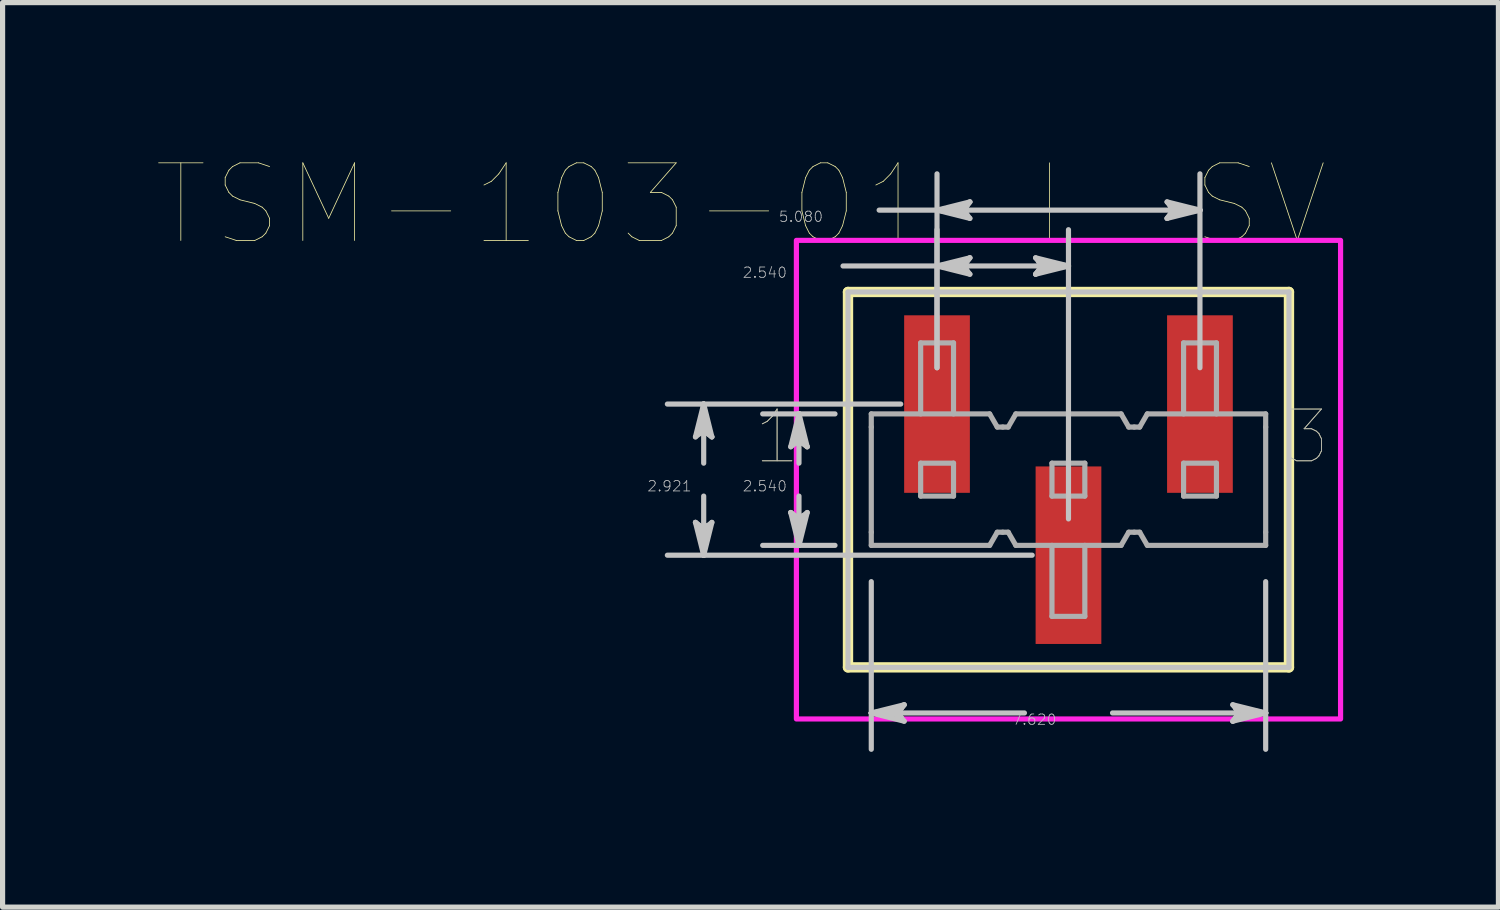
<source format=kicad_pcb>
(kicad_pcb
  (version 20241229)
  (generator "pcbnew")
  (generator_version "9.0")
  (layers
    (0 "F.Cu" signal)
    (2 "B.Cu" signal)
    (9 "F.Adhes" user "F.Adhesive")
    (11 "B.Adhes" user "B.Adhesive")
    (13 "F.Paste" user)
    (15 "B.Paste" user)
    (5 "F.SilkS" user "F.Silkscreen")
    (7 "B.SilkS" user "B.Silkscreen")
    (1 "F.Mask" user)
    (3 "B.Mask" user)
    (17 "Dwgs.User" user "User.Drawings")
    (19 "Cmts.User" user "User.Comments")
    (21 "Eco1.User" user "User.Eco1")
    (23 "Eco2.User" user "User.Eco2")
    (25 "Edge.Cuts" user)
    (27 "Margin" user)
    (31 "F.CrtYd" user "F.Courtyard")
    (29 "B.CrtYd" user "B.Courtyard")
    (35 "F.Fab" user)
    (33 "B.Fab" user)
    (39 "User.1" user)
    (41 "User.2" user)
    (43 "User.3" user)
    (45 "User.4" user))
  (footprint "TSM-103-01-L-SV"
    (layer "F.Cu")
    (at 17.594 6.217)
    (property "Reference" "TSM-103-01-L-SV" (at -6.329 -5.314 0) (layer "F.SilkS") (effects (font (size 1.5 1.5) (thickness 0.015))))
    (attr through_hole)
    (fp_poly (pts (xy -3.226 -3.226) (xy -1.854 -3.226) (xy -1.854 0.306) (xy -3.226 0.306)) (stroke (width 0.01) (type solid)) (fill yes) (layer "F.Mask"))
    (fp_poly (pts (xy -0.686 -0.306) (xy 0.686 -0.306) (xy 0.686 3.226) (xy -0.686 3.226)) (stroke (width 0.01) (type solid)) (fill yes) (layer "F.Mask"))
    (fp_poly (pts (xy 1.854 -3.226) (xy 3.226 -3.226) (xy 3.226 0.306) (xy 1.854 0.306)) (stroke (width 0.01) (type solid)) (fill yes) (layer "F.Mask"))
    (fp_line (start -4.26 -3.626) (end -4.26 3.627) (stroke (width 0.2) (type solid)) (layer "F.SilkS"))
    (fp_line (start -4.26 3.627) (end 4.26 3.627) (stroke (width 0.2) (type solid)) (layer "F.SilkS"))
    (fp_line (start 4.26 -3.626) (end -4.26 -3.626) (stroke (width 0.2) (type solid)) (layer "F.SilkS"))
    (fp_line (start 4.26 3.627) (end 4.26 -3.626) (stroke (width 0.2) (type solid)) (layer "F.SilkS"))
    (fp_poly (pts (xy -3.175 -3.175) (xy -1.905 -3.175) (xy -1.905 0.255) (xy -3.175 0.255)) (stroke (width 0.01) (type solid)) (fill yes) (layer "F.Paste"))
    (fp_poly (pts (xy -0.635 -0.255) (xy 0.635 -0.255) (xy 0.635 3.175) (xy -0.635 3.175)) (stroke (width 0.01) (type solid)) (fill yes) (layer "F.Paste"))
    (fp_poly (pts (xy 1.905 -3.175) (xy 3.175 -3.175) (xy 3.175 0.255) (xy 1.905 0.255)) (stroke (width 0.01) (type solid)) (fill yes) (layer "F.Paste"))
    (fp_line (start -7.207 -0.826) (end -7.048 -0.952) (stroke (width 0.1) (type solid)) (layer "Dwgs.User"))
    (fp_line (start -7.207 0.826) (end -7.048 1.46) (stroke (width 0.1) (type solid)) (layer "Dwgs.User"))
    (fp_line (start -7.128 -0.889) (end -7.048 -0.952) (stroke (width 0.1) (type solid)) (layer "Dwgs.User"))
    (fp_line (start -7.128 0.889) (end -7.207 0.826) (stroke (width 0.1) (type solid)) (layer "Dwgs.User"))
    (fp_line (start -7.048 -1.46) (end -7.207 -0.826) (stroke (width 0.1) (type solid)) (layer "Dwgs.User"))
    (fp_line (start -7.048 -1.46) (end -7.128 -0.889) (stroke (width 0.1) (type solid)) (layer "Dwgs.User"))
    (fp_line (start -7.048 -1.46) (end -6.969 -0.889) (stroke (width 0.1) (type solid)) (layer "Dwgs.User"))
    (fp_line (start -7.048 -0.952) (end -7.048 -1.46) (stroke (width 0.1) (type solid)) (layer "Dwgs.User"))
    (fp_line (start -7.048 -0.952) (end -6.89 -0.826) (stroke (width 0.1) (type solid)) (layer "Dwgs.User"))
    (fp_line (start -7.048 -0.318) (end -7.048 -1.46) (stroke (width 0.1) (type solid)) (layer "Dwgs.User"))
    (fp_line (start -7.048 0.318) (end -7.048 1.46) (stroke (width 0.1) (type solid)) (layer "Dwgs.User"))
    (fp_line (start -7.048 0.952) (end -7.207 0.826) (stroke (width 0.1) (type solid)) (layer "Dwgs.User"))
    (fp_line (start -7.048 0.952) (end -7.048 1.46) (stroke (width 0.1) (type solid)) (layer "Dwgs.User"))
    (fp_line (start -7.048 1.46) (end -7.128 0.889) (stroke (width 0.1) (type solid)) (layer "Dwgs.User"))
    (fp_line (start -7.048 1.46) (end -6.969 0.889) (stroke (width 0.1) (type solid)) (layer "Dwgs.User"))
    (fp_line (start -7.048 1.46) (end -6.89 0.826) (stroke (width 0.1) (type solid)) (layer "Dwgs.User"))
    (fp_line (start -6.969 -0.889) (end -6.89 -0.826) (stroke (width 0.1) (type solid)) (layer "Dwgs.User"))
    (fp_line (start -6.969 0.889) (end -7.048 0.952) (stroke (width 0.1) (type solid)) (layer "Dwgs.User"))
    (fp_line (start -6.89 -0.826) (end -7.048 -1.46) (stroke (width 0.1) (type solid)) (layer "Dwgs.User"))
    (fp_line (start -6.89 0.826) (end -7.048 0.952) (stroke (width 0.1) (type solid)) (layer "Dwgs.User"))
    (fp_line (start -5.366 -0.635) (end -5.207 -0.762) (stroke (width 0.1) (type solid)) (layer "Dwgs.User"))
    (fp_line (start -5.366 0.635) (end -5.207 1.27) (stroke (width 0.1) (type solid)) (layer "Dwgs.User"))
    (fp_line (start -5.286 -0.698) (end -5.207 -0.762) (stroke (width 0.1) (type solid)) (layer "Dwgs.User"))
    (fp_line (start -5.286 0.698) (end -5.366 0.635) (stroke (width 0.1) (type solid)) (layer "Dwgs.User"))
    (fp_line (start -5.207 -1.27) (end -5.366 -0.635) (stroke (width 0.1) (type solid)) (layer "Dwgs.User"))
    (fp_line (start -5.207 -1.27) (end -5.286 -0.698) (stroke (width 0.1) (type solid)) (layer "Dwgs.User"))
    (fp_line (start -5.207 -1.27) (end -5.128 -0.698) (stroke (width 0.1) (type solid)) (layer "Dwgs.User"))
    (fp_line (start -5.207 -0.762) (end -5.207 -1.27) (stroke (width 0.1) (type solid)) (layer "Dwgs.User"))
    (fp_line (start -5.207 -0.762) (end -5.048 -0.635) (stroke (width 0.1) (type solid)) (layer "Dwgs.User"))
    (fp_line (start -5.207 -0.318) (end -5.207 -1.27) (stroke (width 0.1) (type solid)) (layer "Dwgs.User"))
    (fp_line (start -5.207 0.318) (end -5.207 1.27) (stroke (width 0.1) (type solid)) (layer "Dwgs.User"))
    (fp_line (start -5.207 0.762) (end -5.366 0.635) (stroke (width 0.1) (type solid)) (layer "Dwgs.User"))
    (fp_line (start -5.207 0.762) (end -5.207 1.27) (stroke (width 0.1) (type solid)) (layer "Dwgs.User"))
    (fp_line (start -5.207 1.27) (end -5.286 0.698) (stroke (width 0.1) (type solid)) (layer "Dwgs.User"))
    (fp_line (start -5.207 1.27) (end -5.128 0.698) (stroke (width 0.1) (type solid)) (layer "Dwgs.User"))
    (fp_line (start -5.207 1.27) (end -5.048 0.635) (stroke (width 0.1) (type solid)) (layer "Dwgs.User"))
    (fp_line (start -5.128 -0.698) (end -5.048 -0.635) (stroke (width 0.1) (type solid)) (layer "Dwgs.User"))
    (fp_line (start -5.128 0.698) (end -5.207 0.762) (stroke (width 0.1) (type solid)) (layer "Dwgs.User"))
    (fp_line (start -5.048 -0.635) (end -5.207 -1.27) (stroke (width 0.1) (type solid)) (layer "Dwgs.User"))
    (fp_line (start -5.048 0.635) (end -5.207 0.762) (stroke (width 0.1) (type solid)) (layer "Dwgs.User"))
    (fp_line (start -4.511 -1.27) (end -5.908 -1.27) (stroke (width 0.1) (type solid)) (layer "Dwgs.User"))
    (fp_line (start -4.511 1.27) (end -5.908 1.27) (stroke (width 0.1) (type solid)) (layer "Dwgs.User"))
    (fp_line (start -4.356 -4.128) (end -2.54 -4.128) (stroke (width 0.1) (type solid)) (layer "Dwgs.User"))
    (fp_line (start -4.26 -3.626) (end -4.26 3.627) (stroke (width 0.1) (type solid)) (layer "Dwgs.User"))
    (fp_line (start -4.26 3.627) (end 4.26 3.627) (stroke (width 0.1) (type solid)) (layer "Dwgs.User"))
    (fp_line (start -3.81 1.971) (end -3.81 5.21) (stroke (width 0.1) (type solid)) (layer "Dwgs.User"))
    (fp_line (start -3.81 4.508) (end -3.238 4.429) (stroke (width 0.1) (type solid)) (layer "Dwgs.User"))
    (fp_line (start -3.81 4.508) (end -3.238 4.588) (stroke (width 0.1) (type solid)) (layer "Dwgs.User"))
    (fp_line (start -3.81 4.508) (end -3.175 4.667) (stroke (width 0.1) (type solid)) (layer "Dwgs.User"))
    (fp_line (start -3.658 -5.207) (end -2.54 -5.207) (stroke (width 0.1) (type solid)) (layer "Dwgs.User"))
    (fp_line (start -3.302 4.508) (end -3.81 4.508) (stroke (width 0.1) (type solid)) (layer "Dwgs.User"))
    (fp_line (start -3.302 4.508) (end -3.175 4.35) (stroke (width 0.1) (type solid)) (layer "Dwgs.User"))
    (fp_line (start -3.241 -1.46) (end -7.75 -1.46) (stroke (width 0.1) (type solid)) (layer "Dwgs.User"))
    (fp_line (start -3.238 4.429) (end -3.175 4.35) (stroke (width 0.1) (type solid)) (layer "Dwgs.User"))
    (fp_line (start -3.238 4.588) (end -3.302 4.508) (stroke (width 0.1) (type solid)) (layer "Dwgs.User"))
    (fp_line (start -3.175 4.35) (end -3.81 4.508) (stroke (width 0.1) (type solid)) (layer "Dwgs.User"))
    (fp_line (start -3.175 4.667) (end -3.302 4.508) (stroke (width 0.1) (type solid)) (layer "Dwgs.User"))
    (fp_line (start -2.54 -5.207) (end -1.968 -5.286) (stroke (width 0.1) (type solid)) (layer "Dwgs.User"))
    (fp_line (start -2.54 -5.207) (end -1.968 -5.128) (stroke (width 0.1) (type solid)) (layer "Dwgs.User"))
    (fp_line (start -2.54 -5.207) (end -1.905 -5.048) (stroke (width 0.1) (type solid)) (layer "Dwgs.User"))
    (fp_line (start -2.54 -5.207) (end 2.54 -5.207) (stroke (width 0.1) (type solid)) (layer "Dwgs.User"))
    (fp_line (start -2.54 -4.128) (end -1.968 -4.207) (stroke (width 0.1) (type solid)) (layer "Dwgs.User"))
    (fp_line (start -2.54 -4.128) (end -1.968 -4.048) (stroke (width 0.1) (type solid)) (layer "Dwgs.User"))
    (fp_line (start -2.54 -4.128) (end -1.905 -3.969) (stroke (width 0.1) (type solid)) (layer "Dwgs.User"))
    (fp_line (start -2.54 -4.128) (end 0 -4.128) (stroke (width 0.1) (type solid)) (layer "Dwgs.User"))
    (fp_line (start -2.54 -2.162) (end -2.54 -5.908) (stroke (width 0.1) (type solid)) (layer "Dwgs.User"))
    (fp_line (start -2.54 -2.162) (end -2.54 -4.829) (stroke (width 0.1) (type solid)) (layer "Dwgs.User"))
    (fp_line (start -2.032 -5.207) (end -2.54 -5.207) (stroke (width 0.1) (type solid)) (layer "Dwgs.User"))
    (fp_line (start -2.032 -5.207) (end -1.905 -5.366) (stroke (width 0.1) (type solid)) (layer "Dwgs.User"))
    (fp_line (start -2.032 -4.128) (end -2.54 -4.128) (stroke (width 0.1) (type solid)) (layer "Dwgs.User"))
    (fp_line (start -2.032 -4.128) (end -1.905 -4.286) (stroke (width 0.1) (type solid)) (layer "Dwgs.User"))
    (fp_line (start -1.968 -5.286) (end -1.905 -5.366) (stroke (width 0.1) (type solid)) (layer "Dwgs.User"))
    (fp_line (start -1.968 -5.128) (end -2.032 -5.207) (stroke (width 0.1) (type solid)) (layer "Dwgs.User"))
    (fp_line (start -1.968 -4.207) (end -1.905 -4.286) (stroke (width 0.1) (type solid)) (layer "Dwgs.User"))
    (fp_line (start -1.968 -4.048) (end -2.032 -4.128) (stroke (width 0.1) (type solid)) (layer "Dwgs.User"))
    (fp_line (start -1.905 -5.366) (end -2.54 -5.207) (stroke (width 0.1) (type solid)) (layer "Dwgs.User"))
    (fp_line (start -1.905 -5.048) (end -2.032 -5.207) (stroke (width 0.1) (type solid)) (layer "Dwgs.User"))
    (fp_line (start -1.905 -4.286) (end -2.54 -4.128) (stroke (width 0.1) (type solid)) (layer "Dwgs.User"))
    (fp_line (start -1.905 -3.969) (end -2.032 -4.128) (stroke (width 0.1) (type solid)) (layer "Dwgs.User"))
    (fp_line (start -0.851 4.508) (end -3.81 4.508) (stroke (width 0.1) (type solid)) (layer "Dwgs.User"))
    (fp_line (start -0.701 1.46) (end -7.75 1.46) (stroke (width 0.1) (type solid)) (layer "Dwgs.User"))
    (fp_line (start -0.635 -4.286) (end -0.508 -4.128) (stroke (width 0.1) (type solid)) (layer "Dwgs.User"))
    (fp_line (start -0.635 -3.969) (end 0 -4.128) (stroke (width 0.1) (type solid)) (layer "Dwgs.User"))
    (fp_line (start -0.572 -4.207) (end -0.508 -4.128) (stroke (width 0.1) (type solid)) (layer "Dwgs.User"))
    (fp_line (start -0.572 -4.048) (end -0.635 -3.969) (stroke (width 0.1) (type solid)) (layer "Dwgs.User"))
    (fp_line (start -0.508 -4.128) (end -0.635 -3.969) (stroke (width 0.1) (type solid)) (layer "Dwgs.User"))
    (fp_line (start -0.508 -4.128) (end 0 -4.128) (stroke (width 0.1) (type solid)) (layer "Dwgs.User"))
    (fp_line (start 0 -4.128) (end -0.635 -4.286) (stroke (width 0.1) (type solid)) (layer "Dwgs.User"))
    (fp_line (start 0 -4.128) (end -0.572 -4.207) (stroke (width 0.1) (type solid)) (layer "Dwgs.User"))
    (fp_line (start 0 -4.128) (end -0.572 -4.048) (stroke (width 0.1) (type solid)) (layer "Dwgs.User"))
    (fp_line (start 0 0.759) (end 0 -4.829) (stroke (width 0.1) (type solid)) (layer "Dwgs.User"))
    (fp_line (start 0.851 4.508) (end 3.81 4.508) (stroke (width 0.1) (type solid)) (layer "Dwgs.User"))
    (fp_line (start 1.905 -5.366) (end 2.032 -5.207) (stroke (width 0.1) (type solid)) (layer "Dwgs.User"))
    (fp_line (start 1.905 -5.048) (end 2.54 -5.207) (stroke (width 0.1) (type solid)) (layer "Dwgs.User"))
    (fp_line (start 1.968 -5.286) (end 2.032 -5.207) (stroke (width 0.1) (type solid)) (layer "Dwgs.User"))
    (fp_line (start 1.968 -5.128) (end 1.905 -5.048) (stroke (width 0.1) (type solid)) (layer "Dwgs.User"))
    (fp_line (start 2.032 -5.207) (end 1.905 -5.048) (stroke (width 0.1) (type solid)) (layer "Dwgs.User"))
    (fp_line (start 2.032 -5.207) (end 2.54 -5.207) (stroke (width 0.1) (type solid)) (layer "Dwgs.User"))
    (fp_line (start 2.54 -5.207) (end 1.905 -5.366) (stroke (width 0.1) (type solid)) (layer "Dwgs.User"))
    (fp_line (start 2.54 -5.207) (end 1.968 -5.286) (stroke (width 0.1) (type solid)) (layer "Dwgs.User"))
    (fp_line (start 2.54 -5.207) (end 1.968 -5.128) (stroke (width 0.1) (type solid)) (layer "Dwgs.User"))
    (fp_line (start 2.54 -2.162) (end 2.54 -5.908) (stroke (width 0.1) (type solid)) (layer "Dwgs.User"))
    (fp_line (start 3.175 4.35) (end 3.302 4.508) (stroke (width 0.1) (type solid)) (layer "Dwgs.User"))
    (fp_line (start 3.175 4.667) (end 3.81 4.508) (stroke (width 0.1) (type solid)) (layer "Dwgs.User"))
    (fp_line (start 3.238 4.429) (end 3.302 4.508) (stroke (width 0.1) (type solid)) (layer "Dwgs.User"))
    (fp_line (start 3.238 4.588) (end 3.175 4.667) (stroke (width 0.1) (type solid)) (layer "Dwgs.User"))
    (fp_line (start 3.302 4.508) (end 3.175 4.667) (stroke (width 0.1) (type solid)) (layer "Dwgs.User"))
    (fp_line (start 3.302 4.508) (end 3.81 4.508) (stroke (width 0.1) (type solid)) (layer "Dwgs.User"))
    (fp_line (start 3.81 1.971) (end 3.81 5.21) (stroke (width 0.1) (type solid)) (layer "Dwgs.User"))
    (fp_line (start 3.81 4.508) (end 3.175 4.35) (stroke (width 0.1) (type solid)) (layer "Dwgs.User"))
    (fp_line (start 3.81 4.508) (end 3.238 4.429) (stroke (width 0.1) (type solid)) (layer "Dwgs.User"))
    (fp_line (start 3.81 4.508) (end 3.238 4.588) (stroke (width 0.1) (type solid)) (layer "Dwgs.User"))
    (fp_line (start 4.26 -3.626) (end -4.26 -3.626) (stroke (width 0.1) (type solid)) (layer "Dwgs.User"))
    (fp_line (start 4.26 3.627) (end 4.26 -3.626) (stroke (width 0.1) (type solid)) (layer "Dwgs.User"))
    (fp_poly (pts (xy 5.257 -4.623) (xy -5.257 -4.623) (xy -5.257 4.624) (xy 5.257 4.624) (xy 5.257 -4.623)) (stroke (width 0.1) (type solid)) (fill no) (layer "F.CrtYd"))
    (fp_line (start -3.81 -1.016) (end -3.81 -1.27) (stroke (width 0.1) (type solid)) (layer "F.Fab"))
    (fp_line (start -3.81 -1.016) (end -3.81 1.016) (stroke (width 0.1) (type solid)) (layer "F.Fab"))
    (fp_line (start -3.81 1.27) (end -3.81 1.016) (stroke (width 0.1) (type solid)) (layer "F.Fab"))
    (fp_line (start -3.81 1.27) (end -1.523 1.27) (stroke (width 0.1) (type solid)) (layer "F.Fab"))
    (fp_line (start -2.856 -2.642) (end -2.221 -2.642) (stroke (width 0.1) (type solid)) (layer "F.Fab"))
    (fp_line (start -2.856 -1.27) (end -2.856 -2.642) (stroke (width 0.1) (type solid)) (layer "F.Fab"))
    (fp_line (start -2.856 -0.318) (end -2.221 -0.318) (stroke (width 0.1) (type solid)) (layer "F.Fab"))
    (fp_line (start -2.856 0.318) (end -2.856 -0.318) (stroke (width 0.1) (type solid)) (layer "F.Fab"))
    (fp_line (start -2.856 0.318) (end -2.221 0.318) (stroke (width 0.1) (type solid)) (layer "F.Fab"))
    (fp_line (start -2.221 -1.27) (end -2.221 -2.642) (stroke (width 0.1) (type solid)) (layer "F.Fab"))
    (fp_line (start -2.221 -0.318) (end -2.221 0.318) (stroke (width 0.1) (type solid)) (layer "F.Fab"))
    (fp_line (start -1.523 -1.27) (end -3.81 -1.27) (stroke (width 0.1) (type solid)) (layer "F.Fab"))
    (fp_line (start -1.523 -1.27) (end -1.376 -1.016) (stroke (width 0.1) (type solid)) (layer "F.Fab"))
    (fp_line (start -1.376 -1.016) (end -1.27 -1.016) (stroke (width 0.1) (type solid)) (layer "F.Fab"))
    (fp_line (start -1.376 1.016) (end -1.523 1.27) (stroke (width 0.1) (type solid)) (layer "F.Fab"))
    (fp_line (start -1.27 -1.016) (end -1.164 -1.016) (stroke (width 0.1) (type solid)) (layer "F.Fab"))
    (fp_line (start -1.27 1.016) (end -1.376 1.016) (stroke (width 0.1) (type solid)) (layer "F.Fab"))
    (fp_line (start -1.164 -1.016) (end -1.017 -1.27) (stroke (width 0.1) (type solid)) (layer "F.Fab"))
    (fp_line (start -1.164 1.016) (end -1.27 1.016) (stroke (width 0.1) (type solid)) (layer "F.Fab"))
    (fp_line (start -1.017 1.27) (end -1.164 1.016) (stroke (width 0.1) (type solid)) (layer "F.Fab"))
    (fp_line (start -1.017 1.27) (end 1.017 1.27) (stroke (width 0.1) (type solid)) (layer "F.Fab"))
    (fp_line (start -0.319 0.318) (end -0.319 -0.318) (stroke (width 0.1) (type solid)) (layer "F.Fab"))
    (fp_line (start -0.319 1.27) (end -0.319 2.642) (stroke (width 0.1) (type solid)) (layer "F.Fab"))
    (fp_line (start 0.316 -0.318) (end -0.319 -0.318) (stroke (width 0.1) (type solid)) (layer "F.Fab"))
    (fp_line (start 0.316 -0.318) (end 0.316 0.318) (stroke (width 0.1) (type solid)) (layer "F.Fab"))
    (fp_line (start 0.316 0.318) (end -0.319 0.318) (stroke (width 0.1) (type solid)) (layer "F.Fab"))
    (fp_line (start 0.316 1.27) (end 0.316 2.642) (stroke (width 0.1) (type solid)) (layer "F.Fab"))
    (fp_line (start 0.316 2.642) (end -0.319 2.642) (stroke (width 0.1) (type solid)) (layer "F.Fab"))
    (fp_line (start 1.017 -1.27) (end -1.017 -1.27) (stroke (width 0.1) (type solid)) (layer "F.Fab"))
    (fp_line (start 1.017 -1.27) (end 1.164 -1.016) (stroke (width 0.1) (type solid)) (layer "F.Fab"))
    (fp_line (start 1.164 -1.016) (end 1.271 -1.016) (stroke (width 0.1) (type solid)) (layer "F.Fab"))
    (fp_line (start 1.164 1.016) (end 1.017 1.27) (stroke (width 0.1) (type solid)) (layer "F.Fab"))
    (fp_line (start 1.27 1.016) (end 1.376 1.016) (stroke (width 0.1) (type solid)) (layer "F.Fab"))
    (fp_line (start 1.271 1.016) (end 1.164 1.016) (stroke (width 0.1) (type solid)) (layer "F.Fab"))
    (fp_line (start 1.376 -1.016) (end 1.27 -1.016) (stroke (width 0.1) (type solid)) (layer "F.Fab"))
    (fp_line (start 1.376 1.016) (end 1.523 1.27) (stroke (width 0.1) (type solid)) (layer "F.Fab"))
    (fp_line (start 1.523 -1.27) (end 1.376 -1.016) (stroke (width 0.1) (type solid)) (layer "F.Fab"))
    (fp_line (start 1.523 -1.27) (end 3.81 -1.27) (stroke (width 0.1) (type solid)) (layer "F.Fab"))
    (fp_line (start 2.224 -2.642) (end 2.859 -2.642) (stroke (width 0.1) (type solid)) (layer "F.Fab"))
    (fp_line (start 2.224 -1.27) (end 2.224 -2.642) (stroke (width 0.1) (type solid)) (layer "F.Fab"))
    (fp_line (start 2.224 -0.318) (end 2.859 -0.318) (stroke (width 0.1) (type solid)) (layer "F.Fab"))
    (fp_line (start 2.224 0.318) (end 2.224 -0.318) (stroke (width 0.1) (type solid)) (layer "F.Fab"))
    (fp_line (start 2.224 0.318) (end 2.859 0.318) (stroke (width 0.1) (type solid)) (layer "F.Fab"))
    (fp_line (start 2.859 -1.27) (end 2.859 -2.642) (stroke (width 0.1) (type solid)) (layer "F.Fab"))
    (fp_line (start 2.859 -0.318) (end 2.859 0.318) (stroke (width 0.1) (type solid)) (layer "F.Fab"))
    (fp_line (start 3.81 -1.016) (end 3.81 -1.27) (stroke (width 0.1) (type solid)) (layer "F.Fab"))
    (fp_line (start 3.81 -1.016) (end 3.81 1.016) (stroke (width 0.1) (type solid)) (layer "F.Fab"))
    (fp_line (start 3.81 1.27) (end 1.523 1.27) (stroke (width 0.1) (type solid)) (layer "F.Fab"))
    (fp_line (start 3.81 1.27) (end 3.81 1.016) (stroke (width 0.1) (type solid)) (layer "F.Fab"))
    (fp_text user "3" (at 4.601 -0.826 0) (layer "F.SilkS") (effects (font (size 1 1) (thickness 0.015))))
    (fp_text user "1" (at -5.63 -0.826 0) (layer "F.SilkS") (effects (font (size 1 1) (thickness 0.015))))
    (fp_text user "2.921" (at -7.709 0.127 0) (layer "Dwgs.User") (effects (font (size 0.2 0.2) (thickness 0.015))))
    (fp_text user "5.080" (at -5.169 -5.08 0) (layer "Dwgs.User") (effects (font (size 0.2 0.2) (thickness 0.015))))
    (fp_text user "2.540" (at -5.867 -4 0) (layer "Dwgs.User") (effects (font (size 0.2 0.2) (thickness 0.015))))
    (fp_text user "7.620" (at -0.66 4.636 0) (layer "Dwgs.User") (effects (font (size 0.2 0.2) (thickness 0.015))))
    (fp_text user "2.540" (at -5.867 0.127 0) (layer "Dwgs.User") (effects (font (size 0.2 0.2) (thickness 0.015))))
    (fp_text user "3" (at 4.601 -0.826 0) (layer "F.Fab") (effects (font (size 1 1) (thickness 0.015))))
    (fp_text user "1" (at -5.63 -0.826 0) (layer "F.Fab") (effects (font (size 1 1) (thickness 0.015))))
    (pad "1" smd rect (at -2.54 -1.46) (size 1.27 3.43) (layers "F.Cu" "F.Paste"))
    (pad "2" smd rect (at 0 1.46) (size 1.27 3.43) (layers "F.Cu" "F.Paste"))
    (pad "3" smd rect (at 2.54 -1.46) (size 1.27 3.43) (layers "F.Cu" "F.Paste")))
  (gr_rect
    (start -3 -3)
    (end 25.901 14.477)
    (stroke (width 0.1) (type default))
    (fill no)
    (layer "Edge.Cuts")))
</source>
